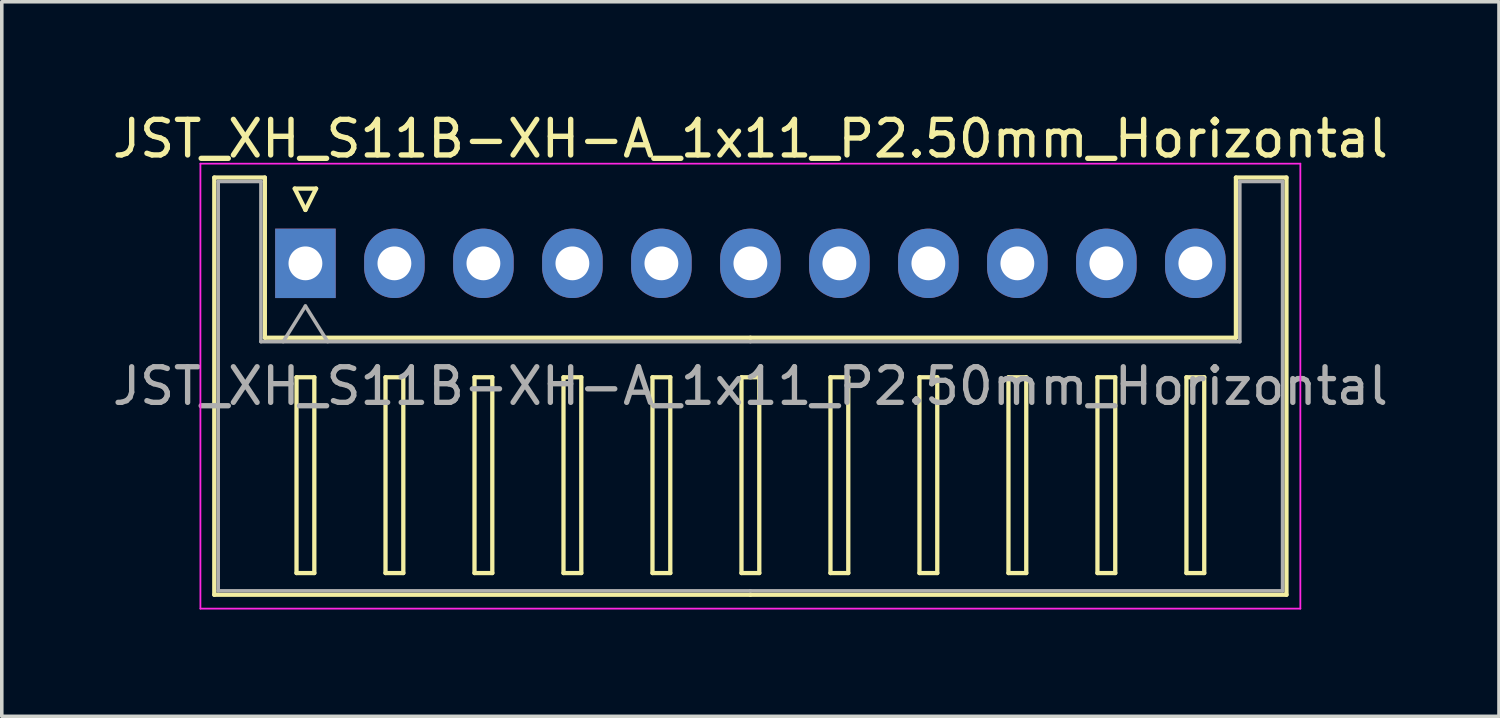
<source format=kicad_pcb>
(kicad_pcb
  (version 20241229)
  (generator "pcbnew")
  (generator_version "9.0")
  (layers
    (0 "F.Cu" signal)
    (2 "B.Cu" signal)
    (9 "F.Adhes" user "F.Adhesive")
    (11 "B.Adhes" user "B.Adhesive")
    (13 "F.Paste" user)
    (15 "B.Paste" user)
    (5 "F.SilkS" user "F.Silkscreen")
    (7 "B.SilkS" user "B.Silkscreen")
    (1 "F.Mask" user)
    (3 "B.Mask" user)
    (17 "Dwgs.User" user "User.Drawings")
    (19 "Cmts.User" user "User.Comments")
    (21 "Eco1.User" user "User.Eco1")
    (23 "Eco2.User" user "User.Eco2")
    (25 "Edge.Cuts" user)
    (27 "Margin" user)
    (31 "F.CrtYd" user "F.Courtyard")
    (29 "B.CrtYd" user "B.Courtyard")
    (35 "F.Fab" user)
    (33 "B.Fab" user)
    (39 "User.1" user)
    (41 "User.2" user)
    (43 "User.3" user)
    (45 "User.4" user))
  (footprint "JST_XH_S11B-XH-A_1x11_P2.50mm_Horizontal"
    (layer "F.Cu")
    (at 5.53 4.348)
    (property "Reference" "JST_XH_S11B-XH-A_1x11_P2.50mm_Horizontal" (at 12.5 -3.5 0) (layer "F.SilkS") (effects (font (size 1 1) (thickness 0.15))))
    (attr through_hole)
    (fp_line (start -2.56 -2.41) (end -1.14 -2.41) (stroke (width 0.12) (type solid)) (layer "F.SilkS"))
    (fp_line (start -2.56 9.31) (end -2.56 -2.41) (stroke (width 0.12) (type solid)) (layer "F.SilkS"))
    (fp_line (start -1.14 -2.41) (end -1.14 2.09) (stroke (width 0.12) (type solid)) (layer "F.SilkS"))
    (fp_line (start -1.14 2.09) (end 12.5 2.09) (stroke (width 0.12) (type solid)) (layer "F.SilkS"))
    (fp_line (start -0.3 -2.1) (end 0.3 -2.1) (stroke (width 0.12) (type solid)) (layer "F.SilkS"))
    (fp_line (start -0.25 3.2) (end -0.25 8.7) (stroke (width 0.12) (type solid)) (layer "F.SilkS"))
    (fp_line (start -0.25 8.7) (end 0.25 8.7) (stroke (width 0.12) (type solid)) (layer "F.SilkS"))
    (fp_line (start 0 -1.5) (end -0.3 -2.1) (stroke (width 0.12) (type solid)) (layer "F.SilkS"))
    (fp_line (start 0.25 3.2) (end -0.25 3.2) (stroke (width 0.12) (type solid)) (layer "F.SilkS"))
    (fp_line (start 0.25 8.7) (end 0.25 3.2) (stroke (width 0.12) (type solid)) (layer "F.SilkS"))
    (fp_line (start 0.3 -2.1) (end 0 -1.5) (stroke (width 0.12) (type solid)) (layer "F.SilkS"))
    (fp_line (start 2.25 3.2) (end 2.25 8.7) (stroke (width 0.12) (type solid)) (layer "F.SilkS"))
    (fp_line (start 2.25 8.7) (end 2.75 8.7) (stroke (width 0.12) (type solid)) (layer "F.SilkS"))
    (fp_line (start 2.75 3.2) (end 2.25 3.2) (stroke (width 0.12) (type solid)) (layer "F.SilkS"))
    (fp_line (start 2.75 8.7) (end 2.75 3.2) (stroke (width 0.12) (type solid)) (layer "F.SilkS"))
    (fp_line (start 4.75 3.2) (end 4.75 8.7) (stroke (width 0.12) (type solid)) (layer "F.SilkS"))
    (fp_line (start 4.75 8.7) (end 5.25 8.7) (stroke (width 0.12) (type solid)) (layer "F.SilkS"))
    (fp_line (start 5.25 3.2) (end 4.75 3.2) (stroke (width 0.12) (type solid)) (layer "F.SilkS"))
    (fp_line (start 5.25 8.7) (end 5.25 3.2) (stroke (width 0.12) (type solid)) (layer "F.SilkS"))
    (fp_line (start 7.25 3.2) (end 7.25 8.7) (stroke (width 0.12) (type solid)) (layer "F.SilkS"))
    (fp_line (start 7.25 8.7) (end 7.75 8.7) (stroke (width 0.12) (type solid)) (layer "F.SilkS"))
    (fp_line (start 7.75 3.2) (end 7.25 3.2) (stroke (width 0.12) (type solid)) (layer "F.SilkS"))
    (fp_line (start 7.75 8.7) (end 7.75 3.2) (stroke (width 0.12) (type solid)) (layer "F.SilkS"))
    (fp_line (start 9.75 3.2) (end 9.75 8.7) (stroke (width 0.12) (type solid)) (layer "F.SilkS"))
    (fp_line (start 9.75 8.7) (end 10.25 8.7) (stroke (width 0.12) (type solid)) (layer "F.SilkS"))
    (fp_line (start 10.25 3.2) (end 9.75 3.2) (stroke (width 0.12) (type solid)) (layer "F.SilkS"))
    (fp_line (start 10.25 8.7) (end 10.25 3.2) (stroke (width 0.12) (type solid)) (layer "F.SilkS"))
    (fp_line (start 12.25 3.2) (end 12.25 8.7) (stroke (width 0.12) (type solid)) (layer "F.SilkS"))
    (fp_line (start 12.25 8.7) (end 12.75 8.7) (stroke (width 0.12) (type solid)) (layer "F.SilkS"))
    (fp_line (start 12.5 9.31) (end -2.56 9.31) (stroke (width 0.12) (type solid)) (layer "F.SilkS"))
    (fp_line (start 12.5 9.31) (end 27.56 9.31) (stroke (width 0.12) (type solid)) (layer "F.SilkS"))
    (fp_line (start 12.75 3.2) (end 12.25 3.2) (stroke (width 0.12) (type solid)) (layer "F.SilkS"))
    (fp_line (start 12.75 8.7) (end 12.75 3.2) (stroke (width 0.12) (type solid)) (layer "F.SilkS"))
    (fp_line (start 14.75 3.2) (end 14.75 8.7) (stroke (width 0.12) (type solid)) (layer "F.SilkS"))
    (fp_line (start 14.75 8.7) (end 15.25 8.7) (stroke (width 0.12) (type solid)) (layer "F.SilkS"))
    (fp_line (start 15.25 3.2) (end 14.75 3.2) (stroke (width 0.12) (type solid)) (layer "F.SilkS"))
    (fp_line (start 15.25 8.7) (end 15.25 3.2) (stroke (width 0.12) (type solid)) (layer "F.SilkS"))
    (fp_line (start 17.25 3.2) (end 17.25 8.7) (stroke (width 0.12) (type solid)) (layer "F.SilkS"))
    (fp_line (start 17.25 8.7) (end 17.75 8.7) (stroke (width 0.12) (type solid)) (layer "F.SilkS"))
    (fp_line (start 17.75 3.2) (end 17.25 3.2) (stroke (width 0.12) (type solid)) (layer "F.SilkS"))
    (fp_line (start 17.75 8.7) (end 17.75 3.2) (stroke (width 0.12) (type solid)) (layer "F.SilkS"))
    (fp_line (start 19.75 3.2) (end 19.75 8.7) (stroke (width 0.12) (type solid)) (layer "F.SilkS"))
    (fp_line (start 19.75 8.7) (end 20.25 8.7) (stroke (width 0.12) (type solid)) (layer "F.SilkS"))
    (fp_line (start 20.25 3.2) (end 19.75 3.2) (stroke (width 0.12) (type solid)) (layer "F.SilkS"))
    (fp_line (start 20.25 8.7) (end 20.25 3.2) (stroke (width 0.12) (type solid)) (layer "F.SilkS"))
    (fp_line (start 22.25 3.2) (end 22.25 8.7) (stroke (width 0.12) (type solid)) (layer "F.SilkS"))
    (fp_line (start 22.25 8.7) (end 22.75 8.7) (stroke (width 0.12) (type solid)) (layer "F.SilkS"))
    (fp_line (start 22.75 3.2) (end 22.25 3.2) (stroke (width 0.12) (type solid)) (layer "F.SilkS"))
    (fp_line (start 22.75 8.7) (end 22.75 3.2) (stroke (width 0.12) (type solid)) (layer "F.SilkS"))
    (fp_line (start 24.75 3.2) (end 24.75 8.7) (stroke (width 0.12) (type solid)) (layer "F.SilkS"))
    (fp_line (start 24.75 8.7) (end 25.25 8.7) (stroke (width 0.12) (type solid)) (layer "F.SilkS"))
    (fp_line (start 25.25 3.2) (end 24.75 3.2) (stroke (width 0.12) (type solid)) (layer "F.SilkS"))
    (fp_line (start 25.25 8.7) (end 25.25 3.2) (stroke (width 0.12) (type solid)) (layer "F.SilkS"))
    (fp_line (start 26.14 -2.41) (end 26.14 2.09) (stroke (width 0.12) (type solid)) (layer "F.SilkS"))
    (fp_line (start 26.14 2.09) (end 12.5 2.09) (stroke (width 0.12) (type solid)) (layer "F.SilkS"))
    (fp_line (start 27.56 -2.41) (end 26.14 -2.41) (stroke (width 0.12) (type solid)) (layer "F.SilkS"))
    (fp_line (start 27.56 9.31) (end 27.56 -2.41) (stroke (width 0.12) (type solid)) (layer "F.SilkS"))
    (fp_line (start -2.95 -2.8) (end -2.95 9.7) (stroke (width 0.05) (type solid)) (layer "F.CrtYd"))
    (fp_line (start -2.95 9.7) (end 27.95 9.7) (stroke (width 0.05) (type solid)) (layer "F.CrtYd"))
    (fp_line (start 27.95 -2.8) (end -2.95 -2.8) (stroke (width 0.05) (type solid)) (layer "F.CrtYd"))
    (fp_line (start 27.95 9.7) (end 27.95 -2.8) (stroke (width 0.05) (type solid)) (layer "F.CrtYd"))
    (fp_line (start -2.45 -2.3) (end -1.25 -2.3) (stroke (width 0.1) (type solid)) (layer "F.Fab"))
    (fp_line (start -2.45 9.2) (end -2.45 -2.3) (stroke (width 0.1) (type solid)) (layer "F.Fab"))
    (fp_line (start -1.25 -2.3) (end -1.25 2.2) (stroke (width 0.1) (type solid)) (layer "F.Fab"))
    (fp_line (start -1.25 2.2) (end 12.5 2.2) (stroke (width 0.1) (type solid)) (layer "F.Fab"))
    (fp_line (start -0.625 2.2) (end 0 1.2) (stroke (width 0.1) (type solid)) (layer "F.Fab"))
    (fp_line (start 0 1.2) (end 0.625 2.2) (stroke (width 0.1) (type solid)) (layer "F.Fab"))
    (fp_line (start 12.5 9.2) (end -2.45 9.2) (stroke (width 0.1) (type solid)) (layer "F.Fab"))
    (fp_line (start 12.5 9.2) (end 27.45 9.2) (stroke (width 0.1) (type solid)) (layer "F.Fab"))
    (fp_line (start 26.25 -2.3) (end 26.25 2.2) (stroke (width 0.1) (type solid)) (layer "F.Fab"))
    (fp_line (start 26.25 2.2) (end 12.5 2.2) (stroke (width 0.1) (type solid)) (layer "F.Fab"))
    (fp_line (start 27.45 -2.3) (end 26.25 -2.3) (stroke (width 0.1) (type solid)) (layer "F.Fab"))
    (fp_line (start 27.45 9.2) (end 27.45 -2.3) (stroke (width 0.1) (type solid)) (layer "F.Fab"))
    (fp_text user "${REFERENCE}" (at 12.5 3.45 0) (layer "F.Fab") (effects (font (size 1 1) (thickness 0.15))))
    (pad "1" thru_hole rect (at 0 0) (size 1.7 1.95) (drill 0.95) (layers "*.Cu" "*.Mask"))
    (pad "2" thru_hole oval (at 2.5 0) (size 1.7 1.95) (drill 0.95) (layers "*.Cu" "*.Mask"))
    (pad "3" thru_hole oval (at 5 0) (size 1.7 1.95) (drill 0.95) (layers "*.Cu" "*.Mask"))
    (pad "4" thru_hole oval (at 7.5 0) (size 1.7 1.95) (drill 0.95) (layers "*.Cu" "*.Mask"))
    (pad "5" thru_hole oval (at 10 0) (size 1.7 1.95) (drill 0.95) (layers "*.Cu" "*.Mask"))
    (pad "6" thru_hole oval (at 12.5 0) (size 1.7 1.95) (drill 0.95) (layers "*.Cu" "*.Mask"))
    (pad "7" thru_hole oval (at 15 0) (size 1.7 1.95) (drill 0.95) (layers "*.Cu" "*.Mask"))
    (pad "8" thru_hole oval (at 17.5 0) (size 1.7 1.95) (drill 0.95) (layers "*.Cu" "*.Mask"))
    (pad "9" thru_hole oval (at 20 0) (size 1.7 1.95) (drill 0.95) (layers "*.Cu" "*.Mask"))
    (pad "10" thru_hole oval (at 22.5 0) (size 1.7 1.95) (drill 0.95) (layers "*.Cu" "*.Mask"))
    (pad "11" thru_hole oval (at 25 0) (size 1.7 1.95) (drill 0.95) (layers "*.Cu" "*.Mask")))
  (gr_rect
    (start -3 -3)
    (end 39.06 17.073)
    (stroke (width 0.1) (type default))
    (fill no)
    (layer "Edge.Cuts")))
</source>
